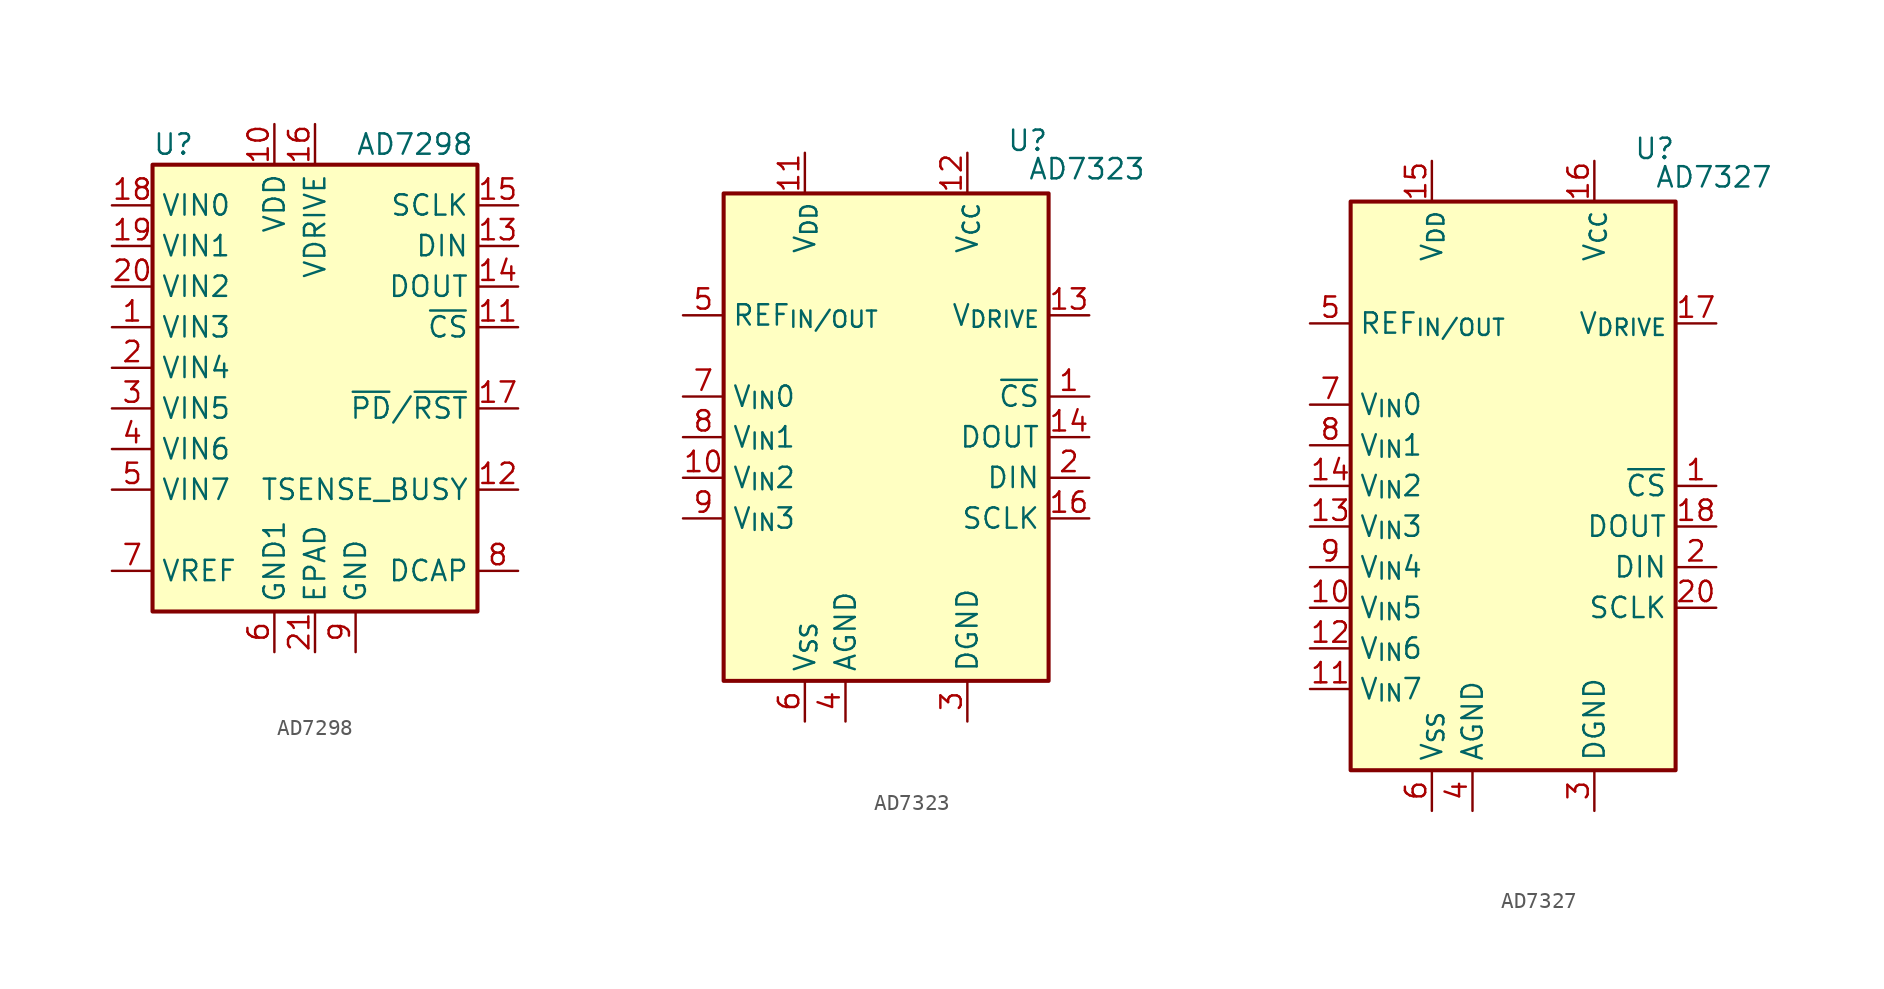
<source format=kicad_sym>
(kicad_symbol_lib
  (version 20241209)
  (generator "kicad_symbol_editor")
  (generator_version "9.0")
  (symbol "AD7298"
    (property "Reference" "U"
      (at -10.16 13.97 0)
      (effects (font (size 1.27 1.27)) (justify left)))
    (property "Value" "AD7298"
      (at 2.54 13.97 0)
      (effects (font (size 1.27 1.27)) (justify left)))
    (symbol "AD7298_0_1"
      (rectangle (start -10.16 12.7) (end 10.16 -15.24) (stroke (width 0.254) (type default)) (fill (type background))))
    (symbol "AD7298_1_1"
      (pin input line (at -12.7 10.16 0) (length 2.54) (name "VIN0" (effects (font (size 1.27 1.27)))) (number "18" (effects (font (size 1.27 1.27)))))
      (pin input line (at -12.7 7.62 0) (length 2.54) (name "VIN1" (effects (font (size 1.27 1.27)))) (number "19" (effects (font (size 1.27 1.27)))))
      (pin input line (at -12.7 5.08 0) (length 2.54) (name "VIN2" (effects (font (size 1.27 1.27)))) (number "20" (effects (font (size 1.27 1.27)))))
      (pin input line (at -12.7 2.54 0) (length 2.54) (name "VIN3" (effects (font (size 1.27 1.27)))) (number "1" (effects (font (size 1.27 1.27)))))
      (pin input line (at -12.7 0 0) (length 2.54) (name "VIN4" (effects (font (size 1.27 1.27)))) (number "2" (effects (font (size 1.27 1.27)))))
      (pin input line (at -12.7 -2.54 0) (length 2.54) (name "VIN5" (effects (font (size 1.27 1.27)))) (number "3" (effects (font (size 1.27 1.27)))))
      (pin input line (at -12.7 -5.08 0) (length 2.54) (name "VIN6" (effects (font (size 1.27 1.27)))) (number "4" (effects (font (size 1.27 1.27)))))
      (pin input line (at -12.7 -7.62 0) (length 2.54) (name "VIN7" (effects (font (size 1.27 1.27)))) (number "5" (effects (font (size 1.27 1.27)))))
      (pin passive line (at -12.7 -12.7 0) (length 2.54) (name "VREF" (effects (font (size 1.27 1.27)))) (number "7" (effects (font (size 1.27 1.27)))))
      (pin power_in line (at -2.54 15.24 270) (length 2.54) (name "VDD" (effects (font (size 1.27 1.27)))) (number "10" (effects (font (size 1.27 1.27)))))
      (pin power_in line (at -2.54 -17.78 90) (length 2.54) (name "GND1" (effects (font (size 1.27 1.27)))) (number "6" (effects (font (size 1.27 1.27)))))
      (pin power_in line (at 0 15.24 270) (length 2.54) (name "VDRIVE" (effects (font (size 1.27 1.27)))) (number "16" (effects (font (size 1.27 1.27)))))
      (pin power_in line (at 0 -17.78 90) (length 2.54) (name "EPAD" (effects (font (size 1.27 1.27)))) (number "21" (effects (font (size 1.27 1.27)))))
      (pin power_in line (at 2.54 -17.78 90) (length 2.54) (name "GND" (effects (font (size 1.27 1.27)))) (number "9" (effects (font (size 1.27 1.27)))))
      (pin input line (at 12.7 10.16 180) (length 2.54) (name "SCLK" (effects (font (size 1.27 1.27)))) (number "15" (effects (font (size 1.27 1.27)))))
      (pin input line (at 12.7 7.62 180) (length 2.54) (name "DIN" (effects (font (size 1.27 1.27)))) (number "13" (effects (font (size 1.27 1.27)))))
      (pin output line (at 12.7 5.08 180) (length 2.54) (name "DOUT" (effects (font (size 1.27 1.27)))) (number "14" (effects (font (size 1.27 1.27)))))
      (pin input line (at 12.7 2.54 180) (length 2.54) (name "~{CS}" (effects (font (size 1.27 1.27)))) (number "11" (effects (font (size 1.27 1.27)))))
      (pin input line (at 12.7 -2.54 180) (length 2.54) (name "~{PD}/~{RST}" (effects (font (size 1.27 1.27)))) (number "17" (effects (font (size 1.27 1.27)))))
      (pin output line (at 12.7 -7.62 180) (length 2.54) (name "TSENSE_BUSY" (effects (font (size 1.27 1.27)))) (number "12" (effects (font (size 1.27 1.27)))))
      (pin passive line (at 12.7 -12.7 180) (length 2.54) (name "DCAP" (effects (font (size 1.27 1.27)))) (number "8" (effects (font (size 1.27 1.27)))))))
  (symbol "AD7323"
    (property "Reference" "U"
      (at 10.16 18.542 0)
      (effects (font (size 1.27 1.27)) (justify right)))
    (property "Value" "AD7323"
      (at 16.256 16.764 0)
      (effects (font (size 1.27 1.27)) (justify right)))
    (symbol "AD7323_0_1"
      (rectangle (start -10.16 15.24) (end 10.16 -15.24) (stroke (width 0.254) (type default)) (fill (type background))))
    (symbol "AD7323_1_1"
      (pin power_in line (at -12.7 7.62 0) (length 2.54) (name "REF_{IN/OUT}" (effects (font (size 1.27 1.27)))) (number "5" (effects (font (size 1.27 1.27)))))
      (pin input line (at -12.7 2.54 0) (length 2.54) (name "V_{IN}0" (effects (font (size 1.27 1.27)))) (number "7" (effects (font (size 1.27 1.27)))))
      (pin input line (at -12.7 0 0) (length 2.54) (name "V_{IN}1" (effects (font (size 1.27 1.27)))) (number "8" (effects (font (size 1.27 1.27)))))
      (pin input line (at -12.7 -2.54 0) (length 2.54) (name "V_{IN}2" (effects (font (size 1.27 1.27)))) (number "10" (effects (font (size 1.27 1.27)))))
      (pin input line (at -12.7 -5.08 0) (length 2.54) (name "V_{IN}3" (effects (font (size 1.27 1.27)))) (number "9" (effects (font (size 1.27 1.27)))))
      (pin power_in line (at -5.08 17.78 270) (length 2.54) (name "V_{DD}" (effects (font (size 1.27 1.27)))) (number "11" (effects (font (size 1.27 1.27)))))
      (pin power_in line (at -5.08 -17.78 90) (length 2.54) (name "V_{SS}" (effects (font (size 1.27 1.27)))) (number "6" (effects (font (size 1.27 1.27)))))
      (pin power_in line (at -2.54 -17.78 90) (length 2.54) (name "AGND" (effects (font (size 1.27 1.27)))) (number "4" (effects (font (size 1.27 1.27)))))
      (pin power_in line (at 5.08 17.78 270) (length 2.54) (name "V_{CC}" (effects (font (size 1.27 1.27)))) (number "12" (effects (font (size 1.27 1.27)))))
      (pin passive line (at 5.08 -17.78 90) (length 2.54) (hide yes) (name "DGND" (effects (font (size 1.27 1.27)))) (number "15" (effects (font (size 1.27 1.27)))))
      (pin power_in line (at 5.08 -17.78 90) (length 2.54) (name "DGND" (effects (font (size 1.27 1.27)))) (number "3" (effects (font (size 1.27 1.27)))))
      (pin power_in line (at 12.7 7.62 180) (length 2.54) (name "V_{DRIVE}" (effects (font (size 1.27 1.27)))) (number "13" (effects (font (size 1.27 1.27)))))
      (pin input line (at 12.7 2.54 180) (length 2.54) (name "~{CS}" (effects (font (size 1.27 1.27)))) (number "1" (effects (font (size 1.27 1.27)))))
      (pin output line (at 12.7 0 180) (length 2.54) (name "DOUT" (effects (font (size 1.27 1.27)))) (number "14" (effects (font (size 1.27 1.27)))))
      (pin input line (at 12.7 -2.54 180) (length 2.54) (name "DIN" (effects (font (size 1.27 1.27)))) (number "2" (effects (font (size 1.27 1.27)))))
      (pin input line (at 12.7 -5.08 180) (length 2.54) (name "SCLK" (effects (font (size 1.27 1.27)))) (number "16" (effects (font (size 1.27 1.27)))))))
  (symbol "AD7327"
    (property "Reference" "U"
      (at 10.16 21.082 0)
      (effects (font (size 1.27 1.27)) (justify right)))
    (property "Value" "AD7327"
      (at 16.256 19.304 0)
      (effects (font (size 1.27 1.27)) (justify right)))
    (symbol "AD7327_0_1"
      (rectangle (start -10.16 17.78) (end 10.16 -17.78) (stroke (width 0.254) (type default)) (fill (type background))))
    (symbol "AD7327_1_1"
      (pin power_in line (at -12.7 10.16 0) (length 2.54) (name "REF_{IN/OUT}" (effects (font (size 1.27 1.27)))) (number "5" (effects (font (size 1.27 1.27)))))
      (pin input line (at -12.7 5.08 0) (length 2.54) (name "V_{IN}0" (effects (font (size 1.27 1.27)))) (number "7" (effects (font (size 1.27 1.27)))))
      (pin input line (at -12.7 2.54 0) (length 2.54) (name "V_{IN}1" (effects (font (size 1.27 1.27)))) (number "8" (effects (font (size 1.27 1.27)))))
      (pin input line (at -12.7 0 0) (length 2.54) (name "V_{IN}2" (effects (font (size 1.27 1.27)))) (number "14" (effects (font (size 1.27 1.27)))))
      (pin input line (at -12.7 -2.54 0) (length 2.54) (name "V_{IN}3" (effects (font (size 1.27 1.27)))) (number "13" (effects (font (size 1.27 1.27)))))
      (pin input line (at -12.7 -5.08 0) (length 2.54) (name "V_{IN}4" (effects (font (size 1.27 1.27)))) (number "9" (effects (font (size 1.27 1.27)))))
      (pin input line (at -12.7 -7.62 0) (length 2.54) (name "V_{IN}5" (effects (font (size 1.27 1.27)))) (number "10" (effects (font (size 1.27 1.27)))))
      (pin input line (at -12.7 -10.16 0) (length 2.54) (name "V_{IN}6" (effects (font (size 1.27 1.27)))) (number "12" (effects (font (size 1.27 1.27)))))
      (pin input line (at -12.7 -12.7 0) (length 2.54) (name "V_{IN}7" (effects (font (size 1.27 1.27)))) (number "11" (effects (font (size 1.27 1.27)))))
      (pin power_in line (at -5.08 20.32 270) (length 2.54) (name "V_{DD}" (effects (font (size 1.27 1.27)))) (number "15" (effects (font (size 1.27 1.27)))))
      (pin power_in line (at -5.08 -20.32 90) (length 2.54) (name "V_{SS}" (effects (font (size 1.27 1.27)))) (number "6" (effects (font (size 1.27 1.27)))))
      (pin power_in line (at -2.54 -20.32 90) (length 2.54) (name "AGND" (effects (font (size 1.27 1.27)))) (number "4" (effects (font (size 1.27 1.27)))))
      (pin power_in line (at 5.08 20.32 270) (length 2.54) (name "V_{CC}" (effects (font (size 1.27 1.27)))) (number "16" (effects (font (size 1.27 1.27)))))
      (pin passive line (at 5.08 -20.32 90) (length 2.54) (hide yes) (name "DGND" (effects (font (size 1.27 1.27)))) (number "19" (effects (font (size 1.27 1.27)))))
      (pin power_in line (at 5.08 -20.32 90) (length 2.54) (name "DGND" (effects (font (size 1.27 1.27)))) (number "3" (effects (font (size 1.27 1.27)))))
      (pin power_in line (at 12.7 10.16 180) (length 2.54) (name "V_{DRIVE}" (effects (font (size 1.27 1.27)))) (number "17" (effects (font (size 1.27 1.27)))))
      (pin input line (at 12.7 0 180) (length 2.54) (name "~{CS}" (effects (font (size 1.27 1.27)))) (number "1" (effects (font (size 1.27 1.27)))))
      (pin output line (at 12.7 -2.54 180) (length 2.54) (name "DOUT" (effects (font (size 1.27 1.27)))) (number "18" (effects (font (size 1.27 1.27)))))
      (pin input line (at 12.7 -5.08 180) (length 2.54) (name "DIN" (effects (font (size 1.27 1.27)))) (number "2" (effects (font (size 1.27 1.27)))))
      (pin input line (at 12.7 -7.62 180) (length 2.54) (name "SCLK" (effects (font (size 1.27 1.27)))) (number "20" (effects (font (size 1.27 1.27))))))))
</source>
